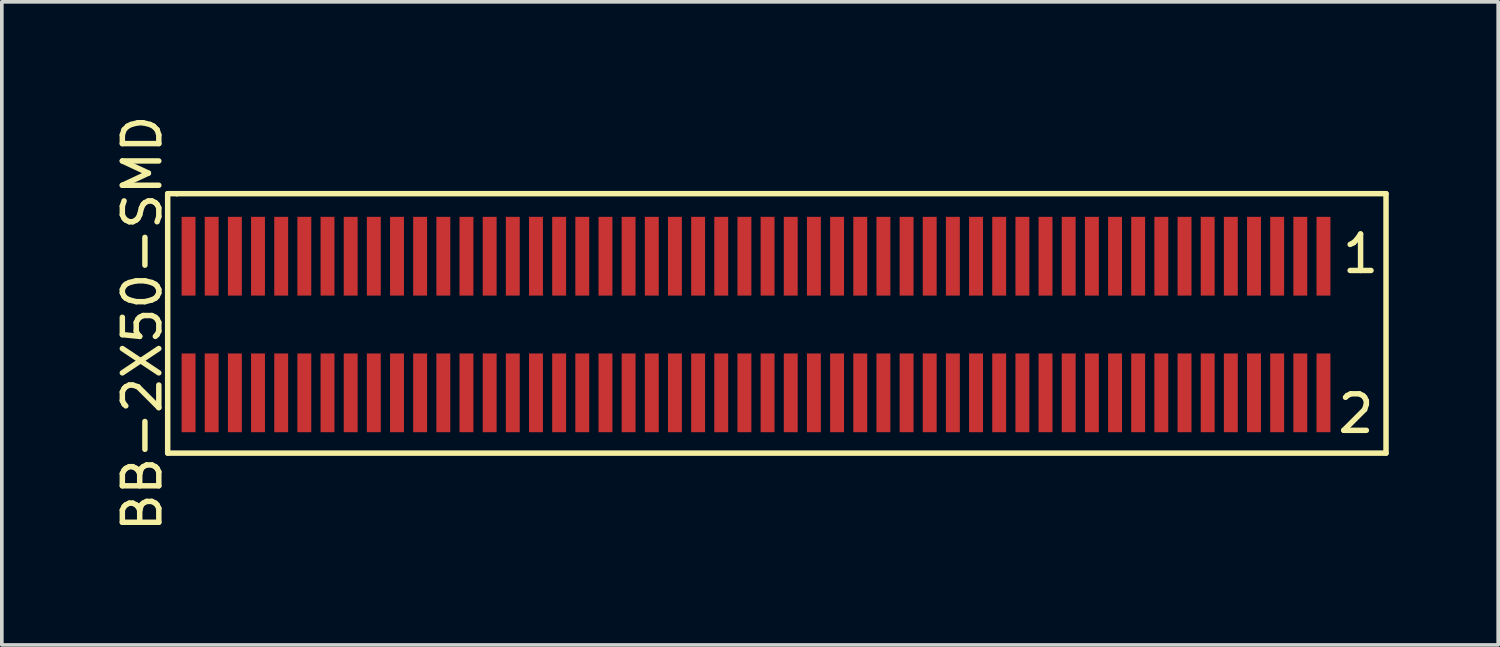
<source format=kicad_pcb>
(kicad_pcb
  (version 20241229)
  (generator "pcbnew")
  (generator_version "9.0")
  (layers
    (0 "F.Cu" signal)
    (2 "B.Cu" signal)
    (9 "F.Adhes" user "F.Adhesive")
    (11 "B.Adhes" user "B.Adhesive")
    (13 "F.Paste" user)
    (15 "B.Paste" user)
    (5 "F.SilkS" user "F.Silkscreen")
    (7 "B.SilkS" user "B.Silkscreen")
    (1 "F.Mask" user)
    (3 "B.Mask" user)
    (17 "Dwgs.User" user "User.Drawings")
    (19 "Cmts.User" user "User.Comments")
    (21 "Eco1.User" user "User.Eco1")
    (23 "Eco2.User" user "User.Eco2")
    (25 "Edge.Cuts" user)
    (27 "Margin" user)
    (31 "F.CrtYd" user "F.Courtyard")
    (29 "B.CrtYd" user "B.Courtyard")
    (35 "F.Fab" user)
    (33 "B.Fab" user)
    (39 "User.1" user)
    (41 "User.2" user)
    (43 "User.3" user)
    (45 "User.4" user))
  (footprint "BB-2X50-SMD"
    (layer "F.Cu")
    (at 33.424 6.641)
    (property "Reference" "BB-2X50-SMD" (at -32.575 -0.826 90) (layer "F.SilkS") (effects (font (size 1 1) (thickness 0.15))))
    (attr smd)
    (fp_line (start -31.877 -4.381) (end -31.623 -4.381) (stroke (width 0.15) (type solid)) (layer "F.SilkS"))
    (fp_line (start -31.877 2.731) (end -31.877 -4.381) (stroke (width 0.15) (type solid)) (layer "F.SilkS"))
    (fp_line (start -31.623 -4.381) (end 1.524 -4.381) (stroke (width 0.15) (type solid)) (layer "F.SilkS"))
    (fp_line (start 1.524 2.731) (end -31.877 2.731) (stroke (width 0.15) (type solid)) (layer "F.SilkS"))
    (fp_line (start 1.524 2.731) (end 1.524 -4.381) (stroke (width 0.15) (type solid)) (layer "F.SilkS"))
    (fp_text user "2" (at 0.699 1.651 0) (layer "F.SilkS") (effects (font (size 1 1) (thickness 0.15))))
    (fp_text user "1" (at 0.826 -2.731 0) (layer "F.SilkS") (effects (font (size 1 1) (thickness 0.15))))
    (pad "1" smd rect (at -0.191 -2.667) (size 0.381 2.159) (layers "F.Cu" "F.Mask" "F.Paste"))
    (pad "2" smd rect (at -0.191 1.079) (size 0.381 2.159) (layers "F.Cu" "F.Mask" "F.Paste"))
    (pad "3" smd rect (at -0.826 -2.667) (size 0.381 2.159) (layers "F.Cu" "F.Mask" "F.Paste"))
    (pad "4" smd rect (at -0.826 1.079) (size 0.381 2.159) (layers "F.Cu" "F.Mask" "F.Paste"))
    (pad "5" smd rect (at -1.46 -2.667) (size 0.381 2.159) (layers "F.Cu" "F.Mask" "F.Paste"))
    (pad "6" smd rect (at -1.46 1.079) (size 0.381 2.159) (layers "F.Cu" "F.Mask" "F.Paste"))
    (pad "7" smd rect (at -2.095 -2.667) (size 0.381 2.159) (layers "F.Cu" "F.Mask" "F.Paste"))
    (pad "8" smd rect (at -2.095 1.079) (size 0.381 2.159) (layers "F.Cu" "F.Mask" "F.Paste"))
    (pad "9" smd rect (at -2.731 -2.667) (size 0.381 2.159) (layers "F.Cu" "F.Mask" "F.Paste"))
    (pad "10" smd rect (at -2.731 1.079) (size 0.381 2.159) (layers "F.Cu" "F.Mask" "F.Paste"))
    (pad "11" smd rect (at -3.365 -2.667) (size 0.381 2.159) (layers "F.Cu" "F.Mask" "F.Paste"))
    (pad "12" smd rect (at -3.365 1.079) (size 0.381 2.159) (layers "F.Cu" "F.Mask" "F.Paste"))
    (pad "13" smd rect (at -4 -2.667) (size 0.381 2.159) (layers "F.Cu" "F.Mask" "F.Paste"))
    (pad "14" smd rect (at -4 1.079) (size 0.381 2.159) (layers "F.Cu" "F.Mask" "F.Paste"))
    (pad "15" smd rect (at -4.636 -2.667) (size 0.381 2.159) (layers "F.Cu" "F.Mask" "F.Paste"))
    (pad "16" smd rect (at -4.636 1.079) (size 0.381 2.159) (layers "F.Cu" "F.Mask" "F.Paste"))
    (pad "17" smd rect (at -5.271 -2.667) (size 0.381 2.159) (layers "F.Cu" "F.Mask" "F.Paste"))
    (pad "18" smd rect (at -5.271 1.079) (size 0.381 2.159) (layers "F.Cu" "F.Mask" "F.Paste"))
    (pad "19" smd rect (at -5.905 -2.667) (size 0.381 2.159) (layers "F.Cu" "F.Mask" "F.Paste"))
    (pad "20" smd rect (at -5.905 1.079) (size 0.381 2.159) (layers "F.Cu" "F.Mask" "F.Paste"))
    (pad "21" smd rect (at -6.54 -2.667) (size 0.381 2.159) (layers "F.Cu" "F.Mask" "F.Paste"))
    (pad "22" smd rect (at -6.54 1.079) (size 0.381 2.159) (layers "F.Cu" "F.Mask" "F.Paste"))
    (pad "23" smd rect (at -7.176 -2.667) (size 0.381 2.159) (layers "F.Cu" "F.Mask" "F.Paste"))
    (pad "24" smd rect (at -7.176 1.079) (size 0.381 2.159) (layers "F.Cu" "F.Mask" "F.Paste"))
    (pad "25" smd rect (at -7.811 -2.667) (size 0.381 2.159) (layers "F.Cu" "F.Mask" "F.Paste"))
    (pad "26" smd rect (at -7.811 1.079) (size 0.381 2.159) (layers "F.Cu" "F.Mask" "F.Paste"))
    (pad "27" smd rect (at -8.445 -2.667) (size 0.381 2.159) (layers "F.Cu" "F.Mask" "F.Paste"))
    (pad "28" smd rect (at -8.445 1.079) (size 0.381 2.159) (layers "F.Cu" "F.Mask" "F.Paste"))
    (pad "29" smd rect (at -9.081 -2.667) (size 0.381 2.159) (layers "F.Cu" "F.Mask" "F.Paste"))
    (pad "30" smd rect (at -9.081 1.079) (size 0.381 2.159) (layers "F.Cu" "F.Mask" "F.Paste"))
    (pad "31" smd rect (at -9.716 -2.667) (size 0.381 2.159) (layers "F.Cu" "F.Mask" "F.Paste"))
    (pad "32" smd rect (at -9.716 1.079) (size 0.381 2.159) (layers "F.Cu" "F.Mask" "F.Paste"))
    (pad "33" smd rect (at -10.351 -2.667) (size 0.381 2.159) (layers "F.Cu" "F.Mask" "F.Paste"))
    (pad "34" smd rect (at -10.351 1.079) (size 0.381 2.159) (layers "F.Cu" "F.Mask" "F.Paste"))
    (pad "35" smd rect (at -10.986 -2.667) (size 0.381 2.159) (layers "F.Cu" "F.Mask" "F.Paste"))
    (pad "36" smd rect (at -10.986 1.079) (size 0.381 2.159) (layers "F.Cu" "F.Mask" "F.Paste"))
    (pad "37" smd rect (at -11.62 -2.667) (size 0.381 2.159) (layers "F.Cu" "F.Mask" "F.Paste"))
    (pad "38" smd rect (at -11.62 1.079) (size 0.381 2.159) (layers "F.Cu" "F.Mask" "F.Paste"))
    (pad "39" smd rect (at -12.255 -2.667) (size 0.381 2.159) (layers "F.Cu" "F.Mask" "F.Paste"))
    (pad "40" smd rect (at -12.255 1.079) (size 0.381 2.159) (layers "F.Cu" "F.Mask" "F.Paste"))
    (pad "41" smd rect (at -12.89 -2.667) (size 0.381 2.159) (layers "F.Cu" "F.Mask" "F.Paste"))
    (pad "42" smd rect (at -12.89 1.079) (size 0.381 2.159) (layers "F.Cu" "F.Mask" "F.Paste"))
    (pad "43" smd rect (at -13.525 -2.667) (size 0.381 2.159) (layers "F.Cu" "F.Mask" "F.Paste"))
    (pad "44" smd rect (at -13.525 1.079) (size 0.381 2.159) (layers "F.Cu" "F.Mask" "F.Paste"))
    (pad "45" smd rect (at -14.161 -2.667) (size 0.381 2.159) (layers "F.Cu" "F.Mask" "F.Paste"))
    (pad "46" smd rect (at -14.161 1.079) (size 0.381 2.159) (layers "F.Cu" "F.Mask" "F.Paste"))
    (pad "47" smd rect (at -14.796 -2.667) (size 0.381 2.159) (layers "F.Cu" "F.Mask" "F.Paste"))
    (pad "48" smd rect (at -14.796 1.079) (size 0.381 2.159) (layers "F.Cu" "F.Mask" "F.Paste"))
    (pad "49" smd rect (at -15.431 -2.667) (size 0.381 2.159) (layers "F.Cu" "F.Mask" "F.Paste"))
    (pad "50" smd rect (at -15.431 1.079) (size 0.381 2.159) (layers "F.Cu" "F.Mask" "F.Paste"))
    (pad "51" smd rect (at -16.066 -2.667) (size 0.381 2.159) (layers "F.Cu" "F.Mask" "F.Paste"))
    (pad "52" smd rect (at -16.066 1.079) (size 0.381 2.159) (layers "F.Cu" "F.Mask" "F.Paste"))
    (pad "53" smd rect (at -16.701 -2.667) (size 0.381 2.159) (layers "F.Cu" "F.Mask" "F.Paste"))
    (pad "54" smd rect (at -16.701 1.079) (size 0.381 2.159) (layers "F.Cu" "F.Mask" "F.Paste"))
    (pad "55" smd rect (at -17.335 -2.667) (size 0.381 2.159) (layers "F.Cu" "F.Mask" "F.Paste"))
    (pad "56" smd rect (at -17.335 1.079) (size 0.381 2.159) (layers "F.Cu" "F.Mask" "F.Paste"))
    (pad "57" smd rect (at -17.971 -2.667) (size 0.381 2.159) (layers "F.Cu" "F.Mask" "F.Paste"))
    (pad "58" smd rect (at -17.971 1.079) (size 0.381 2.159) (layers "F.Cu" "F.Mask" "F.Paste"))
    (pad "59" smd rect (at -18.605 -2.667) (size 0.381 2.159) (layers "F.Cu" "F.Mask" "F.Paste"))
    (pad "60" smd rect (at -18.605 1.079) (size 0.381 2.159) (layers "F.Cu" "F.Mask" "F.Paste"))
    (pad "61" smd rect (at -19.241 -2.667) (size 0.381 2.159) (layers "F.Cu" "F.Mask" "F.Paste"))
    (pad "62" smd rect (at -19.241 1.079) (size 0.381 2.159) (layers "F.Cu" "F.Mask" "F.Paste"))
    (pad "63" smd rect (at -19.875 -2.667) (size 0.381 2.159) (layers "F.Cu" "F.Mask" "F.Paste"))
    (pad "64" smd rect (at -19.875 1.079) (size 0.381 2.159) (layers "F.Cu" "F.Mask" "F.Paste"))
    (pad "65" smd rect (at -20.511 -2.667) (size 0.381 2.159) (layers "F.Cu" "F.Mask" "F.Paste"))
    (pad "66" smd rect (at -20.511 1.079) (size 0.381 2.159) (layers "F.Cu" "F.Mask" "F.Paste"))
    (pad "67" smd rect (at -21.145 -2.667) (size 0.381 2.159) (layers "F.Cu" "F.Mask" "F.Paste"))
    (pad "68" smd rect (at -21.145 1.079) (size 0.381 2.159) (layers "F.Cu" "F.Mask" "F.Paste"))
    (pad "69" smd rect (at -21.78 -2.667) (size 0.381 2.159) (layers "F.Cu" "F.Mask" "F.Paste"))
    (pad "70" smd rect (at -21.78 1.079) (size 0.381 2.159) (layers "F.Cu" "F.Mask" "F.Paste"))
    (pad "71" smd rect (at -22.416 -2.667) (size 0.381 2.159) (layers "F.Cu" "F.Mask" "F.Paste"))
    (pad "72" smd rect (at -22.416 1.079) (size 0.381 2.159) (layers "F.Cu" "F.Mask" "F.Paste"))
    (pad "73" smd rect (at -23.05 -2.667) (size 0.381 2.159) (layers "F.Cu" "F.Mask" "F.Paste"))
    (pad "74" smd rect (at -23.05 1.079) (size 0.381 2.159) (layers "F.Cu" "F.Mask" "F.Paste"))
    (pad "75" smd rect (at -23.686 -2.667) (size 0.381 2.159) (layers "F.Cu" "F.Mask" "F.Paste"))
    (pad "76" smd rect (at -23.686 1.079) (size 0.381 2.159) (layers "F.Cu" "F.Mask" "F.Paste"))
    (pad "77" smd rect (at -24.32 -2.667) (size 0.381 2.159) (layers "F.Cu" "F.Mask" "F.Paste"))
    (pad "78" smd rect (at -24.32 1.079) (size 0.381 2.159) (layers "F.Cu" "F.Mask" "F.Paste"))
    (pad "79" smd rect (at -24.956 -2.667) (size 0.381 2.159) (layers "F.Cu" "F.Mask" "F.Paste"))
    (pad "80" smd rect (at -24.956 1.079) (size 0.381 2.159) (layers "F.Cu" "F.Mask" "F.Paste"))
    (pad "81" smd rect (at -25.59 -2.667) (size 0.381 2.159) (layers "F.Cu" "F.Mask" "F.Paste"))
    (pad "82" smd rect (at -25.59 1.079) (size 0.381 2.159) (layers "F.Cu" "F.Mask" "F.Paste"))
    (pad "83" smd rect (at -26.226 -2.667) (size 0.381 2.159) (layers "F.Cu" "F.Mask" "F.Paste"))
    (pad "84" smd rect (at -26.226 1.079) (size 0.381 2.159) (layers "F.Cu" "F.Mask" "F.Paste"))
    (pad "85" smd rect (at -26.86 -2.667) (size 0.381 2.159) (layers "F.Cu" "F.Mask" "F.Paste"))
    (pad "86" smd rect (at -26.86 1.079) (size 0.381 2.159) (layers "F.Cu" "F.Mask" "F.Paste"))
    (pad "87" smd rect (at -27.495 -2.667) (size 0.381 2.159) (layers "F.Cu" "F.Mask" "F.Paste"))
    (pad "88" smd rect (at -27.495 1.079) (size 0.381 2.159) (layers "F.Cu" "F.Mask" "F.Paste"))
    (pad "89" smd rect (at -28.131 -2.667) (size 0.381 2.159) (layers "F.Cu" "F.Mask" "F.Paste"))
    (pad "90" smd rect (at -28.131 1.079) (size 0.381 2.159) (layers "F.Cu" "F.Mask" "F.Paste"))
    (pad "91" smd rect (at -28.765 -2.667) (size 0.381 2.159) (layers "F.Cu" "F.Mask" "F.Paste"))
    (pad "92" smd rect (at -28.765 1.079) (size 0.381 2.159) (layers "F.Cu" "F.Mask" "F.Paste"))
    (pad "93" smd rect (at -29.401 -2.667) (size 0.381 2.159) (layers "F.Cu" "F.Mask" "F.Paste"))
    (pad "94" smd rect (at -29.401 1.079) (size 0.381 2.159) (layers "F.Cu" "F.Mask" "F.Paste"))
    (pad "95" smd rect (at -30.035 -2.667) (size 0.381 2.159) (layers "F.Cu" "F.Mask" "F.Paste"))
    (pad "96" smd rect (at -30.035 1.079) (size 0.381 2.159) (layers "F.Cu" "F.Mask" "F.Paste"))
    (pad "97" smd rect (at -30.671 -2.667) (size 0.381 2.159) (layers "F.Cu" "F.Mask" "F.Paste"))
    (pad "98" smd rect (at -30.671 1.079) (size 0.381 2.159) (layers "F.Cu" "F.Mask" "F.Paste"))
    (pad "99" smd rect (at -31.305 -2.667) (size 0.381 2.159) (layers "F.Cu" "F.Mask" "F.Paste"))
    (pad "100" smd rect (at -31.305 1.079) (size 0.381 2.159) (layers "F.Cu" "F.Mask" "F.Paste")))
  (gr_rect
    (start -3 -3)
    (end 38.023 14.631)
    (stroke (width 0.1) (type default))
    (fill no)
    (layer "Edge.Cuts")))
</source>
